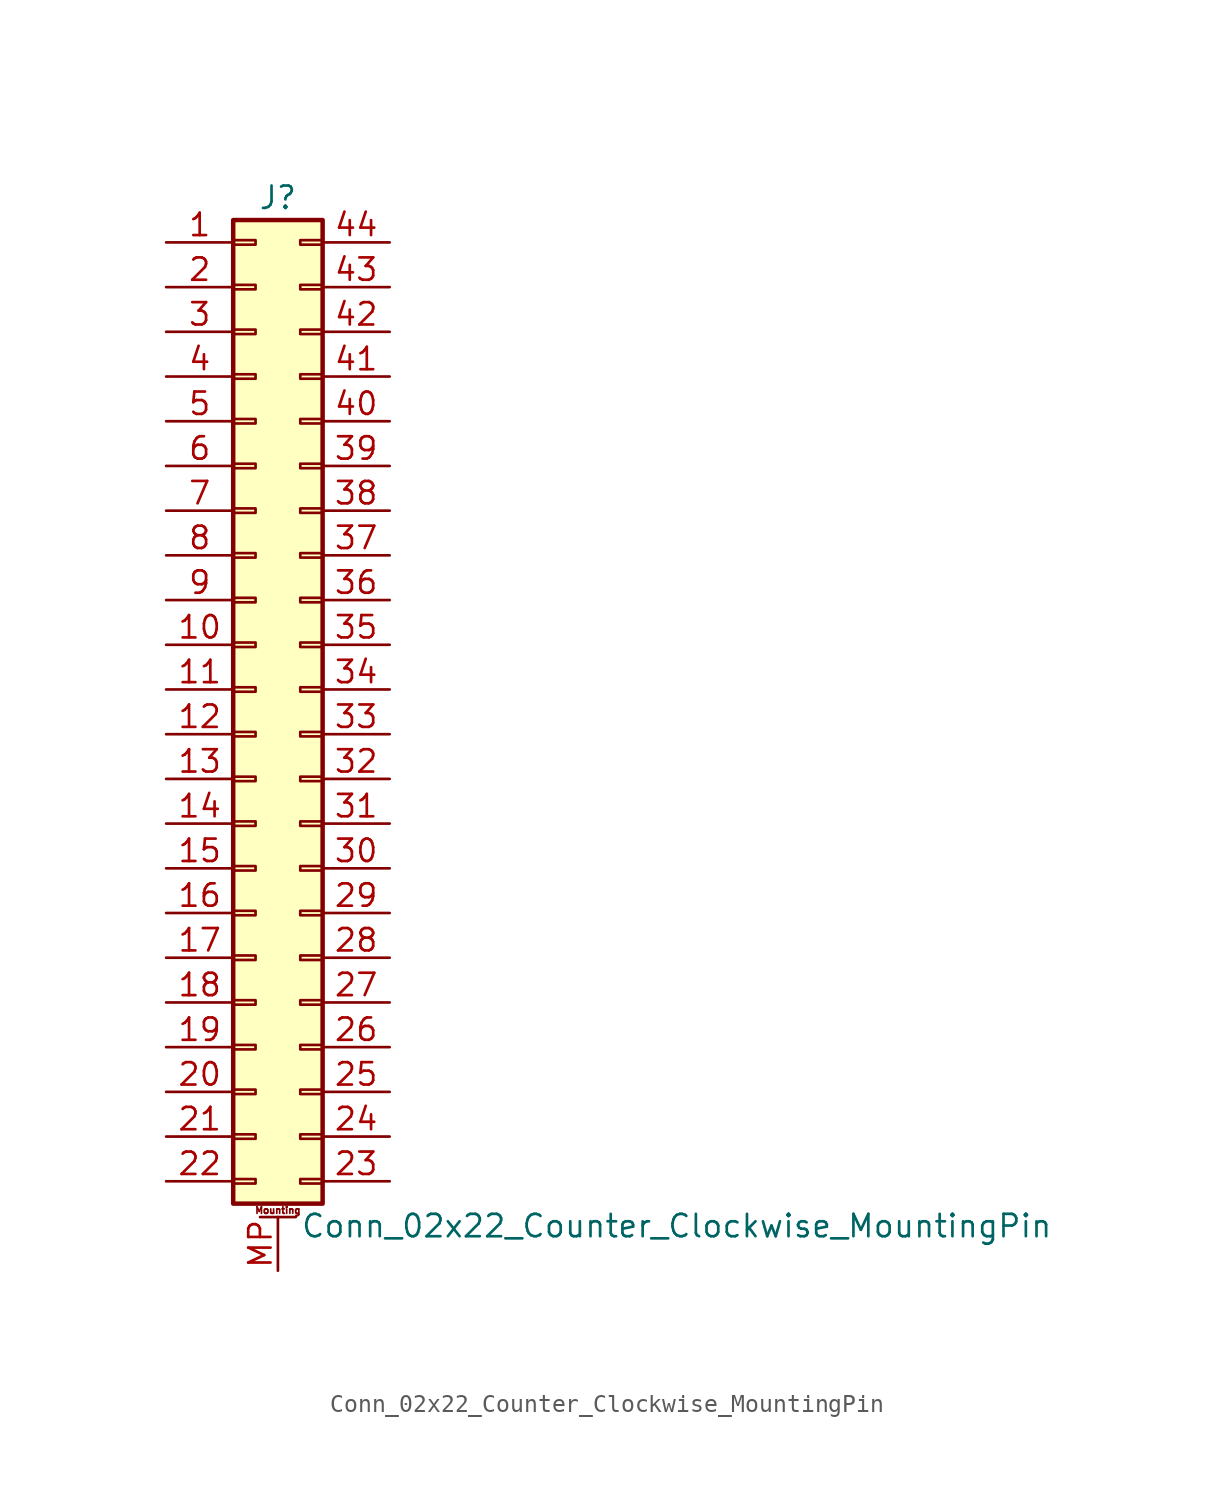
<source format=kicad_sym>
(kicad_symbol_lib
  (version 20201005)
  (generator kicad_symbol_editor)
  (symbol "Conn_02x22_Counter_Clockwise_MountingPin"
    (pin_names
      (offset 1.016) hide)
    (property "Reference" "J"
      (at 1.27 27.94 0)
      (effects (font (size 1.27 1.27))))
    (property "Value" "Conn_02x22_Counter_Clockwise_MountingPin"
      (at 2.54 -30.48 0)
      (effects (font (size 1.27 1.27)) (justify left)))
    (symbol "Conn_02x22_Counter_Clockwise_MountingPin_1_1"
      (text "Mounting" (at 1.27 -29.591 0) (effects (font (size 0.381 0.381))))
      (rectangle (start -1.27 -27.813) (end 0 -28.067) (stroke (width 0.152)) (fill (type none)))
      (rectangle (start -1.27 -25.273) (end 0 -25.527) (stroke (width 0.152)) (fill (type none)))
      (rectangle (start -1.27 -22.733) (end 0 -22.987) (stroke (width 0.152)) (fill (type none)))
      (rectangle (start -1.27 -20.193) (end 0 -20.447) (stroke (width 0.152)) (fill (type none)))
      (rectangle (start -1.27 -17.653) (end 0 -17.907) (stroke (width 0.152)) (fill (type none)))
      (rectangle (start -1.27 -15.113) (end 0 -15.367) (stroke (width 0.152)) (fill (type none)))
      (rectangle (start -1.27 -12.573) (end 0 -12.827) (stroke (width 0.152)) (fill (type none)))
      (rectangle (start -1.27 -10.033) (end 0 -10.287) (stroke (width 0.152)) (fill (type none)))
      (rectangle (start -1.27 -7.493) (end 0 -7.747) (stroke (width 0.152)) (fill (type none)))
      (rectangle (start -1.27 -4.953) (end 0 -5.207) (stroke (width 0.152)) (fill (type none)))
      (rectangle (start -1.27 -2.413) (end 0 -2.667) (stroke (width 0.152)) (fill (type none)))
      (rectangle (start -1.27 0.127) (end 0 -0.127) (stroke (width 0.152)) (fill (type none)))
      (rectangle (start -1.27 2.667) (end 0 2.413) (stroke (width 0.152)) (fill (type none)))
      (rectangle (start -1.27 5.207) (end 0 4.953) (stroke (width 0.152)) (fill (type none)))
      (rectangle (start -1.27 7.747) (end 0 7.493) (stroke (width 0.152)) (fill (type none)))
      (rectangle (start -1.27 10.287) (end 0 10.033) (stroke (width 0.152)) (fill (type none)))
      (rectangle (start -1.27 12.827) (end 0 12.573) (stroke (width 0.152)) (fill (type none)))
      (rectangle (start -1.27 15.367) (end 0 15.113) (stroke (width 0.152)) (fill (type none)))
      (rectangle (start -1.27 17.907) (end 0 17.653) (stroke (width 0.152)) (fill (type none)))
      (rectangle (start -1.27 20.447) (end 0 20.193) (stroke (width 0.152)) (fill (type none)))
      (rectangle (start -1.27 22.987) (end 0 22.733) (stroke (width 0.152)) (fill (type none)))
      (rectangle (start -1.27 25.527) (end 0 25.273) (stroke (width 0.152)) (fill (type none)))
      (rectangle (start -1.27 26.67) (end 3.81 -29.21) (stroke (width 0.254)) (fill (type background)))
      (rectangle (start 3.81 -27.813) (end 2.54 -28.067) (stroke (width 0.152)) (fill (type none)))
      (rectangle (start 3.81 -25.273) (end 2.54 -25.527) (stroke (width 0.152)) (fill (type none)))
      (rectangle (start 3.81 -22.733) (end 2.54 -22.987) (stroke (width 0.152)) (fill (type none)))
      (rectangle (start 3.81 -20.193) (end 2.54 -20.447) (stroke (width 0.152)) (fill (type none)))
      (rectangle (start 3.81 -17.653) (end 2.54 -17.907) (stroke (width 0.152)) (fill (type none)))
      (rectangle (start 3.81 -15.113) (end 2.54 -15.367) (stroke (width 0.152)) (fill (type none)))
      (rectangle (start 3.81 -12.573) (end 2.54 -12.827) (stroke (width 0.152)) (fill (type none)))
      (rectangle (start 3.81 -10.033) (end 2.54 -10.287) (stroke (width 0.152)) (fill (type none)))
      (rectangle (start 3.81 -7.493) (end 2.54 -7.747) (stroke (width 0.152)) (fill (type none)))
      (rectangle (start 3.81 -4.953) (end 2.54 -5.207) (stroke (width 0.152)) (fill (type none)))
      (rectangle (start 3.81 -2.413) (end 2.54 -2.667) (stroke (width 0.152)) (fill (type none)))
      (rectangle (start 3.81 0.127) (end 2.54 -0.127) (stroke (width 0.152)) (fill (type none)))
      (rectangle (start 3.81 2.667) (end 2.54 2.413) (stroke (width 0.152)) (fill (type none)))
      (rectangle (start 3.81 5.207) (end 2.54 4.953) (stroke (width 0.152)) (fill (type none)))
      (rectangle (start 3.81 7.747) (end 2.54 7.493) (stroke (width 0.152)) (fill (type none)))
      (rectangle (start 3.81 10.287) (end 2.54 10.033) (stroke (width 0.152)) (fill (type none)))
      (rectangle (start 3.81 12.827) (end 2.54 12.573) (stroke (width 0.152)) (fill (type none)))
      (rectangle (start 3.81 15.367) (end 2.54 15.113) (stroke (width 0.152)) (fill (type none)))
      (rectangle (start 3.81 17.907) (end 2.54 17.653) (stroke (width 0.152)) (fill (type none)))
      (rectangle (start 3.81 20.447) (end 2.54 20.193) (stroke (width 0.152)) (fill (type none)))
      (rectangle (start 3.81 22.987) (end 2.54 22.733) (stroke (width 0.152)) (fill (type none)))
      (rectangle (start 3.81 25.527) (end 2.54 25.273) (stroke (width 0.152)) (fill (type none)))
      (polyline (pts (xy 0.254 -29.972) (xy 2.286 -29.972)) (stroke (width 0.152)) (fill (type none)))
      (pin passive line (at -5.08 25.4 0) (length 3.81) (name "Pin_1" (effects (font (size 1.27 1.27)))) (number "1" (effects (font (size 1.27 1.27)))))
      (pin passive line (at -5.08 2.54 0) (length 3.81) (name "Pin_10" (effects (font (size 1.27 1.27)))) (number "10" (effects (font (size 1.27 1.27)))))
      (pin passive line (at -5.08 0 0) (length 3.81) (name "Pin_11" (effects (font (size 1.27 1.27)))) (number "11" (effects (font (size 1.27 1.27)))))
      (pin passive line (at -5.08 -2.54 0) (length 3.81) (name "Pin_12" (effects (font (size 1.27 1.27)))) (number "12" (effects (font (size 1.27 1.27)))))
      (pin passive line (at -5.08 -5.08 0) (length 3.81) (name "Pin_13" (effects (font (size 1.27 1.27)))) (number "13" (effects (font (size 1.27 1.27)))))
      (pin passive line (at -5.08 -7.62 0) (length 3.81) (name "Pin_14" (effects (font (size 1.27 1.27)))) (number "14" (effects (font (size 1.27 1.27)))))
      (pin passive line (at -5.08 -10.16 0) (length 3.81) (name "Pin_15" (effects (font (size 1.27 1.27)))) (number "15" (effects (font (size 1.27 1.27)))))
      (pin passive line (at -5.08 -12.7 0) (length 3.81) (name "Pin_16" (effects (font (size 1.27 1.27)))) (number "16" (effects (font (size 1.27 1.27)))))
      (pin passive line (at -5.08 -15.24 0) (length 3.81) (name "Pin_17" (effects (font (size 1.27 1.27)))) (number "17" (effects (font (size 1.27 1.27)))))
      (pin passive line (at -5.08 -17.78 0) (length 3.81) (name "Pin_18" (effects (font (size 1.27 1.27)))) (number "18" (effects (font (size 1.27 1.27)))))
      (pin passive line (at -5.08 -20.32 0) (length 3.81) (name "Pin_19" (effects (font (size 1.27 1.27)))) (number "19" (effects (font (size 1.27 1.27)))))
      (pin passive line (at -5.08 22.86 0) (length 3.81) (name "Pin_2" (effects (font (size 1.27 1.27)))) (number "2" (effects (font (size 1.27 1.27)))))
      (pin passive line (at -5.08 -22.86 0) (length 3.81) (name "Pin_20" (effects (font (size 1.27 1.27)))) (number "20" (effects (font (size 1.27 1.27)))))
      (pin passive line (at -5.08 -25.4 0) (length 3.81) (name "Pin_21" (effects (font (size 1.27 1.27)))) (number "21" (effects (font (size 1.27 1.27)))))
      (pin passive line (at -5.08 -27.94 0) (length 3.81) (name "Pin_22" (effects (font (size 1.27 1.27)))) (number "22" (effects (font (size 1.27 1.27)))))
      (pin passive line (at 7.62 -27.94 180) (length 3.81) (name "Pin_23" (effects (font (size 1.27 1.27)))) (number "23" (effects (font (size 1.27 1.27)))))
      (pin passive line (at 7.62 -25.4 180) (length 3.81) (name "Pin_24" (effects (font (size 1.27 1.27)))) (number "24" (effects (font (size 1.27 1.27)))))
      (pin passive line (at 7.62 -22.86 180) (length 3.81) (name "Pin_25" (effects (font (size 1.27 1.27)))) (number "25" (effects (font (size 1.27 1.27)))))
      (pin passive line (at 7.62 -20.32 180) (length 3.81) (name "Pin_26" (effects (font (size 1.27 1.27)))) (number "26" (effects (font (size 1.27 1.27)))))
      (pin passive line (at 7.62 -17.78 180) (length 3.81) (name "Pin_27" (effects (font (size 1.27 1.27)))) (number "27" (effects (font (size 1.27 1.27)))))
      (pin passive line (at 7.62 -15.24 180) (length 3.81) (name "Pin_28" (effects (font (size 1.27 1.27)))) (number "28" (effects (font (size 1.27 1.27)))))
      (pin passive line (at 7.62 -12.7 180) (length 3.81) (name "Pin_29" (effects (font (size 1.27 1.27)))) (number "29" (effects (font (size 1.27 1.27)))))
      (pin passive line (at -5.08 20.32 0) (length 3.81) (name "Pin_3" (effects (font (size 1.27 1.27)))) (number "3" (effects (font (size 1.27 1.27)))))
      (pin passive line (at 7.62 -10.16 180) (length 3.81) (name "Pin_30" (effects (font (size 1.27 1.27)))) (number "30" (effects (font (size 1.27 1.27)))))
      (pin passive line (at 7.62 -7.62 180) (length 3.81) (name "Pin_31" (effects (font (size 1.27 1.27)))) (number "31" (effects (font (size 1.27 1.27)))))
      (pin passive line (at 7.62 -5.08 180) (length 3.81) (name "Pin_32" (effects (font (size 1.27 1.27)))) (number "32" (effects (font (size 1.27 1.27)))))
      (pin passive line (at 7.62 -2.54 180) (length 3.81) (name "Pin_33" (effects (font (size 1.27 1.27)))) (number "33" (effects (font (size 1.27 1.27)))))
      (pin passive line (at 7.62 0 180) (length 3.81) (name "Pin_34" (effects (font (size 1.27 1.27)))) (number "34" (effects (font (size 1.27 1.27)))))
      (pin passive line (at 7.62 2.54 180) (length 3.81) (name "Pin_35" (effects (font (size 1.27 1.27)))) (number "35" (effects (font (size 1.27 1.27)))))
      (pin passive line (at 7.62 5.08 180) (length 3.81) (name "Pin_36" (effects (font (size 1.27 1.27)))) (number "36" (effects (font (size 1.27 1.27)))))
      (pin passive line (at 7.62 7.62 180) (length 3.81) (name "Pin_37" (effects (font (size 1.27 1.27)))) (number "37" (effects (font (size 1.27 1.27)))))
      (pin passive line (at 7.62 10.16 180) (length 3.81) (name "Pin_38" (effects (font (size 1.27 1.27)))) (number "38" (effects (font (size 1.27 1.27)))))
      (pin passive line (at 7.62 12.7 180) (length 3.81) (name "Pin_39" (effects (font (size 1.27 1.27)))) (number "39" (effects (font (size 1.27 1.27)))))
      (pin passive line (at -5.08 17.78 0) (length 3.81) (name "Pin_4" (effects (font (size 1.27 1.27)))) (number "4" (effects (font (size 1.27 1.27)))))
      (pin passive line (at 7.62 15.24 180) (length 3.81) (name "Pin_40" (effects (font (size 1.27 1.27)))) (number "40" (effects (font (size 1.27 1.27)))))
      (pin passive line (at 7.62 17.78 180) (length 3.81) (name "Pin_41" (effects (font (size 1.27 1.27)))) (number "41" (effects (font (size 1.27 1.27)))))
      (pin passive line (at 7.62 20.32 180) (length 3.81) (name "Pin_42" (effects (font (size 1.27 1.27)))) (number "42" (effects (font (size 1.27 1.27)))))
      (pin passive line (at 7.62 22.86 180) (length 3.81) (name "Pin_43" (effects (font (size 1.27 1.27)))) (number "43" (effects (font (size 1.27 1.27)))))
      (pin passive line (at 7.62 25.4 180) (length 3.81) (name "Pin_44" (effects (font (size 1.27 1.27)))) (number "44" (effects (font (size 1.27 1.27)))))
      (pin passive line (at -5.08 15.24 0) (length 3.81) (name "Pin_5" (effects (font (size 1.27 1.27)))) (number "5" (effects (font (size 1.27 1.27)))))
      (pin passive line (at -5.08 12.7 0) (length 3.81) (name "Pin_6" (effects (font (size 1.27 1.27)))) (number "6" (effects (font (size 1.27 1.27)))))
      (pin passive line (at -5.08 10.16 0) (length 3.81) (name "Pin_7" (effects (font (size 1.27 1.27)))) (number "7" (effects (font (size 1.27 1.27)))))
      (pin passive line (at -5.08 7.62 0) (length 3.81) (name "Pin_8" (effects (font (size 1.27 1.27)))) (number "8" (effects (font (size 1.27 1.27)))))
      (pin passive line (at -5.08 5.08 0) (length 3.81) (name "Pin_9" (effects (font (size 1.27 1.27)))) (number "9" (effects (font (size 1.27 1.27)))))
      (pin passive line (at 1.27 -33.02 90) (length 3.048) (name "MountPin" (effects (font (size 1.27 1.27)))) (number "MP" (effects (font (size 1.27 1.27))))))))
</source>
